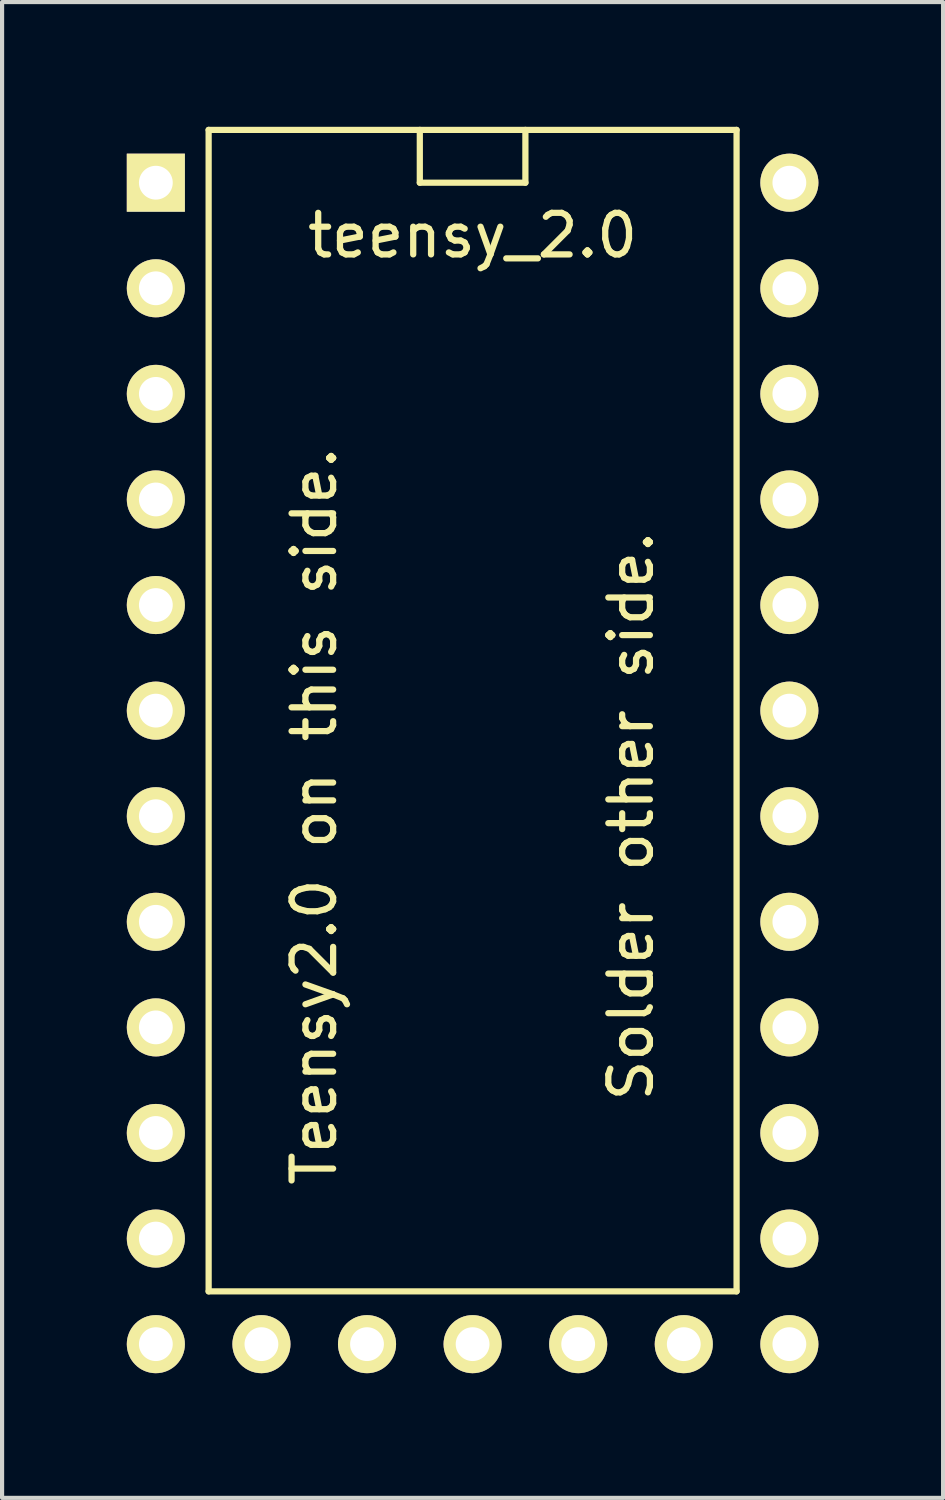
<source format=kicad_pcb>
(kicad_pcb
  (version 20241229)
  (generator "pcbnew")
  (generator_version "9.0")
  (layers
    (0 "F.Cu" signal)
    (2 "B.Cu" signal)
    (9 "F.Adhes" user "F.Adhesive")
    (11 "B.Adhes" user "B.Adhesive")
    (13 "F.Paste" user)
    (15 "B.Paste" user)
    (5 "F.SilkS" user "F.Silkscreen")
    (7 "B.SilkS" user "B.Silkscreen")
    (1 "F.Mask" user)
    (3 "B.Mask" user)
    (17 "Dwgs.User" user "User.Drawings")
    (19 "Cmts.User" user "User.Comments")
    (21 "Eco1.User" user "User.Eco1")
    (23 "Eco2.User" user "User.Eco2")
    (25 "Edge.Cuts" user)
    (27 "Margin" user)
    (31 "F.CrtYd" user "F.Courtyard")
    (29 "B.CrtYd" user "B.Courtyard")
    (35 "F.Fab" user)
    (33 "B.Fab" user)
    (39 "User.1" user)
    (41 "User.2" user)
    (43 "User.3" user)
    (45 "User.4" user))
  (footprint "teensy_2.0"
    (layer "F.Cu")
    (at 8.319 15.315)
    (property "Reference" "teensy_2.0" (at 0 -12.7 0) (layer "F.SilkS") (effects (font (size 1 1) (thickness 0.15))))
    (attr through_hole)
    (fp_line (start -6.35 -15.24) (end -6.35 12.7) (stroke (width 0.15) (type solid)) (layer "F.SilkS"))
    (fp_line (start -6.35 12.7) (end 6.35 12.7) (stroke (width 0.15) (type solid)) (layer "F.SilkS"))
    (fp_line (start -1.27 -15.24) (end -1.27 -13.97) (stroke (width 0.15) (type solid)) (layer "F.SilkS"))
    (fp_line (start -1.27 -13.97) (end 1.27 -13.97) (stroke (width 0.15) (type solid)) (layer "F.SilkS"))
    (fp_line (start 1.27 -13.97) (end 1.27 -15.24) (stroke (width 0.15) (type solid)) (layer "F.SilkS"))
    (fp_line (start 6.35 -15.24) (end -6.35 -15.24) (stroke (width 0.15) (type solid)) (layer "F.SilkS"))
    (fp_line (start 6.35 12.7) (end 6.35 -15.24) (stroke (width 0.15) (type solid)) (layer "F.SilkS"))
    (fp_text user "Solder other side." (at 3.81 1.27 90) (layer "F.SilkS") (effects (font (size 1 1) (thickness 0.15))))
    (fp_text user "Teensy2.0 on this side." (at -3.81 1.27 90) (layer "F.SilkS") (effects (font (size 1 1) (thickness 0.15))))
    (pad "B0" thru_hole circle (at -7.62 -11.43) (size 1.397 1.397) (drill 0.813) (layers "*.Cu" "*.Mask" "F.SilkS"))
    (pad "B1" thru_hole circle (at -7.62 -8.89) (size 1.397 1.397) (drill 0.813) (layers "*.Cu" "*.Mask" "F.SilkS"))
    (pad "B2" thru_hole circle (at -7.62 -6.35) (size 1.397 1.397) (drill 0.813) (layers "*.Cu" "*.Mask" "F.SilkS"))
    (pad "B3" thru_hole circle (at -7.62 -3.81) (size 1.397 1.397) (drill 0.813) (layers "*.Cu" "*.Mask" "F.SilkS"))
    (pad "B4" thru_hole circle (at 7.62 8.89) (size 1.397 1.397) (drill 0.813) (layers "*.Cu" "*.Mask" "F.SilkS"))
    (pad "B5" thru_hole circle (at 7.62 6.35) (size 1.397 1.397) (drill 0.813) (layers "*.Cu" "*.Mask" "F.SilkS"))
    (pad "B6" thru_hole circle (at 7.62 3.81) (size 1.397 1.397) (drill 0.813) (layers "*.Cu" "*.Mask" "F.SilkS"))
    (pad "B7" thru_hole circle (at -7.62 -1.27) (size 1.397 1.397) (drill 0.813) (layers "*.Cu" "*.Mask" "F.SilkS"))
    (pad "C6" thru_hole circle (at -7.62 11.43) (size 1.397 1.397) (drill 0.813) (layers "*.Cu" "*.Mask" "F.SilkS"))
    (pad "C7" thru_hole circle (at -7.62 13.97) (size 1.397 1.397) (drill 0.813) (layers "*.Cu" "*.Mask" "F.SilkS"))
    (pad "D0" thru_hole circle (at -7.62 1.27) (size 1.397 1.397) (drill 0.813) (layers "*.Cu" "*.Mask" "F.SilkS"))
    (pad "D1" thru_hole circle (at -7.62 3.81) (size 1.397 1.397) (drill 0.813) (layers "*.Cu" "*.Mask" "F.SilkS"))
    (pad "D2" thru_hole circle (at -7.62 6.35) (size 1.397 1.397) (drill 0.813) (layers "*.Cu" "*.Mask" "F.SilkS"))
    (pad "D3" thru_hole circle (at -7.62 8.89) (size 1.397 1.397) (drill 0.813) (layers "*.Cu" "*.Mask" "F.SilkS"))
    (pad "D4" thru_hole circle (at 5.08 13.97) (size 1.397 1.397) (drill 0.813) (layers "*.Cu" "*.Mask" "F.SilkS"))
    (pad "D5" thru_hole circle (at -5.08 13.97) (size 1.397 1.397) (drill 0.813) (layers "*.Cu" "*.Mask" "F.SilkS"))
    (pad "D6" thru_hole circle (at 7.62 13.97) (size 1.397 1.397) (drill 0.813) (layers "*.Cu" "*.Mask" "F.SilkS"))
    (pad "D7" thru_hole circle (at 7.62 11.43) (size 1.397 1.397) (drill 0.813) (layers "*.Cu" "*.Mask" "F.SilkS"))
    (pad "F0" thru_hole circle (at 7.62 -11.43) (size 1.397 1.397) (drill 0.813) (layers "*.Cu" "*.Mask" "F.SilkS"))
    (pad "F1" thru_hole circle (at 7.62 -8.89) (size 1.397 1.397) (drill 0.813) (layers "*.Cu" "*.Mask" "F.SilkS"))
    (pad "F4" thru_hole circle (at 7.62 -6.35) (size 1.397 1.397) (drill 0.813) (layers "*.Cu" "*.Mask" "F.SilkS"))
    (pad "F5" thru_hole circle (at 7.62 -3.81) (size 1.397 1.397) (drill 0.813) (layers "*.Cu" "*.Mask" "F.SilkS"))
    (pad "F6" thru_hole circle (at 7.62 -1.27) (size 1.397 1.397) (drill 0.813) (layers "*.Cu" "*.Mask" "F.SilkS"))
    (pad "F7" thru_hole circle (at 7.62 1.27) (size 1.397 1.397) (drill 0.813) (layers "*.Cu" "*.Mask" "F.SilkS"))
    (pad "GND" thru_hole rect (at -7.62 -13.97) (size 1.397 1.397) (drill 0.813) (layers "*.Cu" "*.Mask" "F.SilkS"))
    (pad "GND" thru_hole circle (at 0 13.97) (size 1.397 1.397) (drill 0.813) (layers "*.Cu" "*.Mask" "F.SilkS"))
    (pad "RST" thru_hole circle (at 2.54 13.97) (size 1.397 1.397) (drill 0.813) (layers "*.Cu" "*.Mask" "F.SilkS"))
    (pad "VCC" thru_hole circle (at -2.54 13.97) (size 1.397 1.397) (drill 0.813) (layers "*.Cu" "*.Mask" "F.SilkS"))
    (pad "VCC" thru_hole circle (at 7.62 -13.97) (size 1.397 1.397) (drill 0.813) (layers "*.Cu" "*.Mask" "F.SilkS")))
  (gr_rect
    (start -3 -3)
    (end 19.637 32.983)
    (stroke (width 0.1) (type default))
    (fill no)
    (layer "Edge.Cuts")))
</source>
